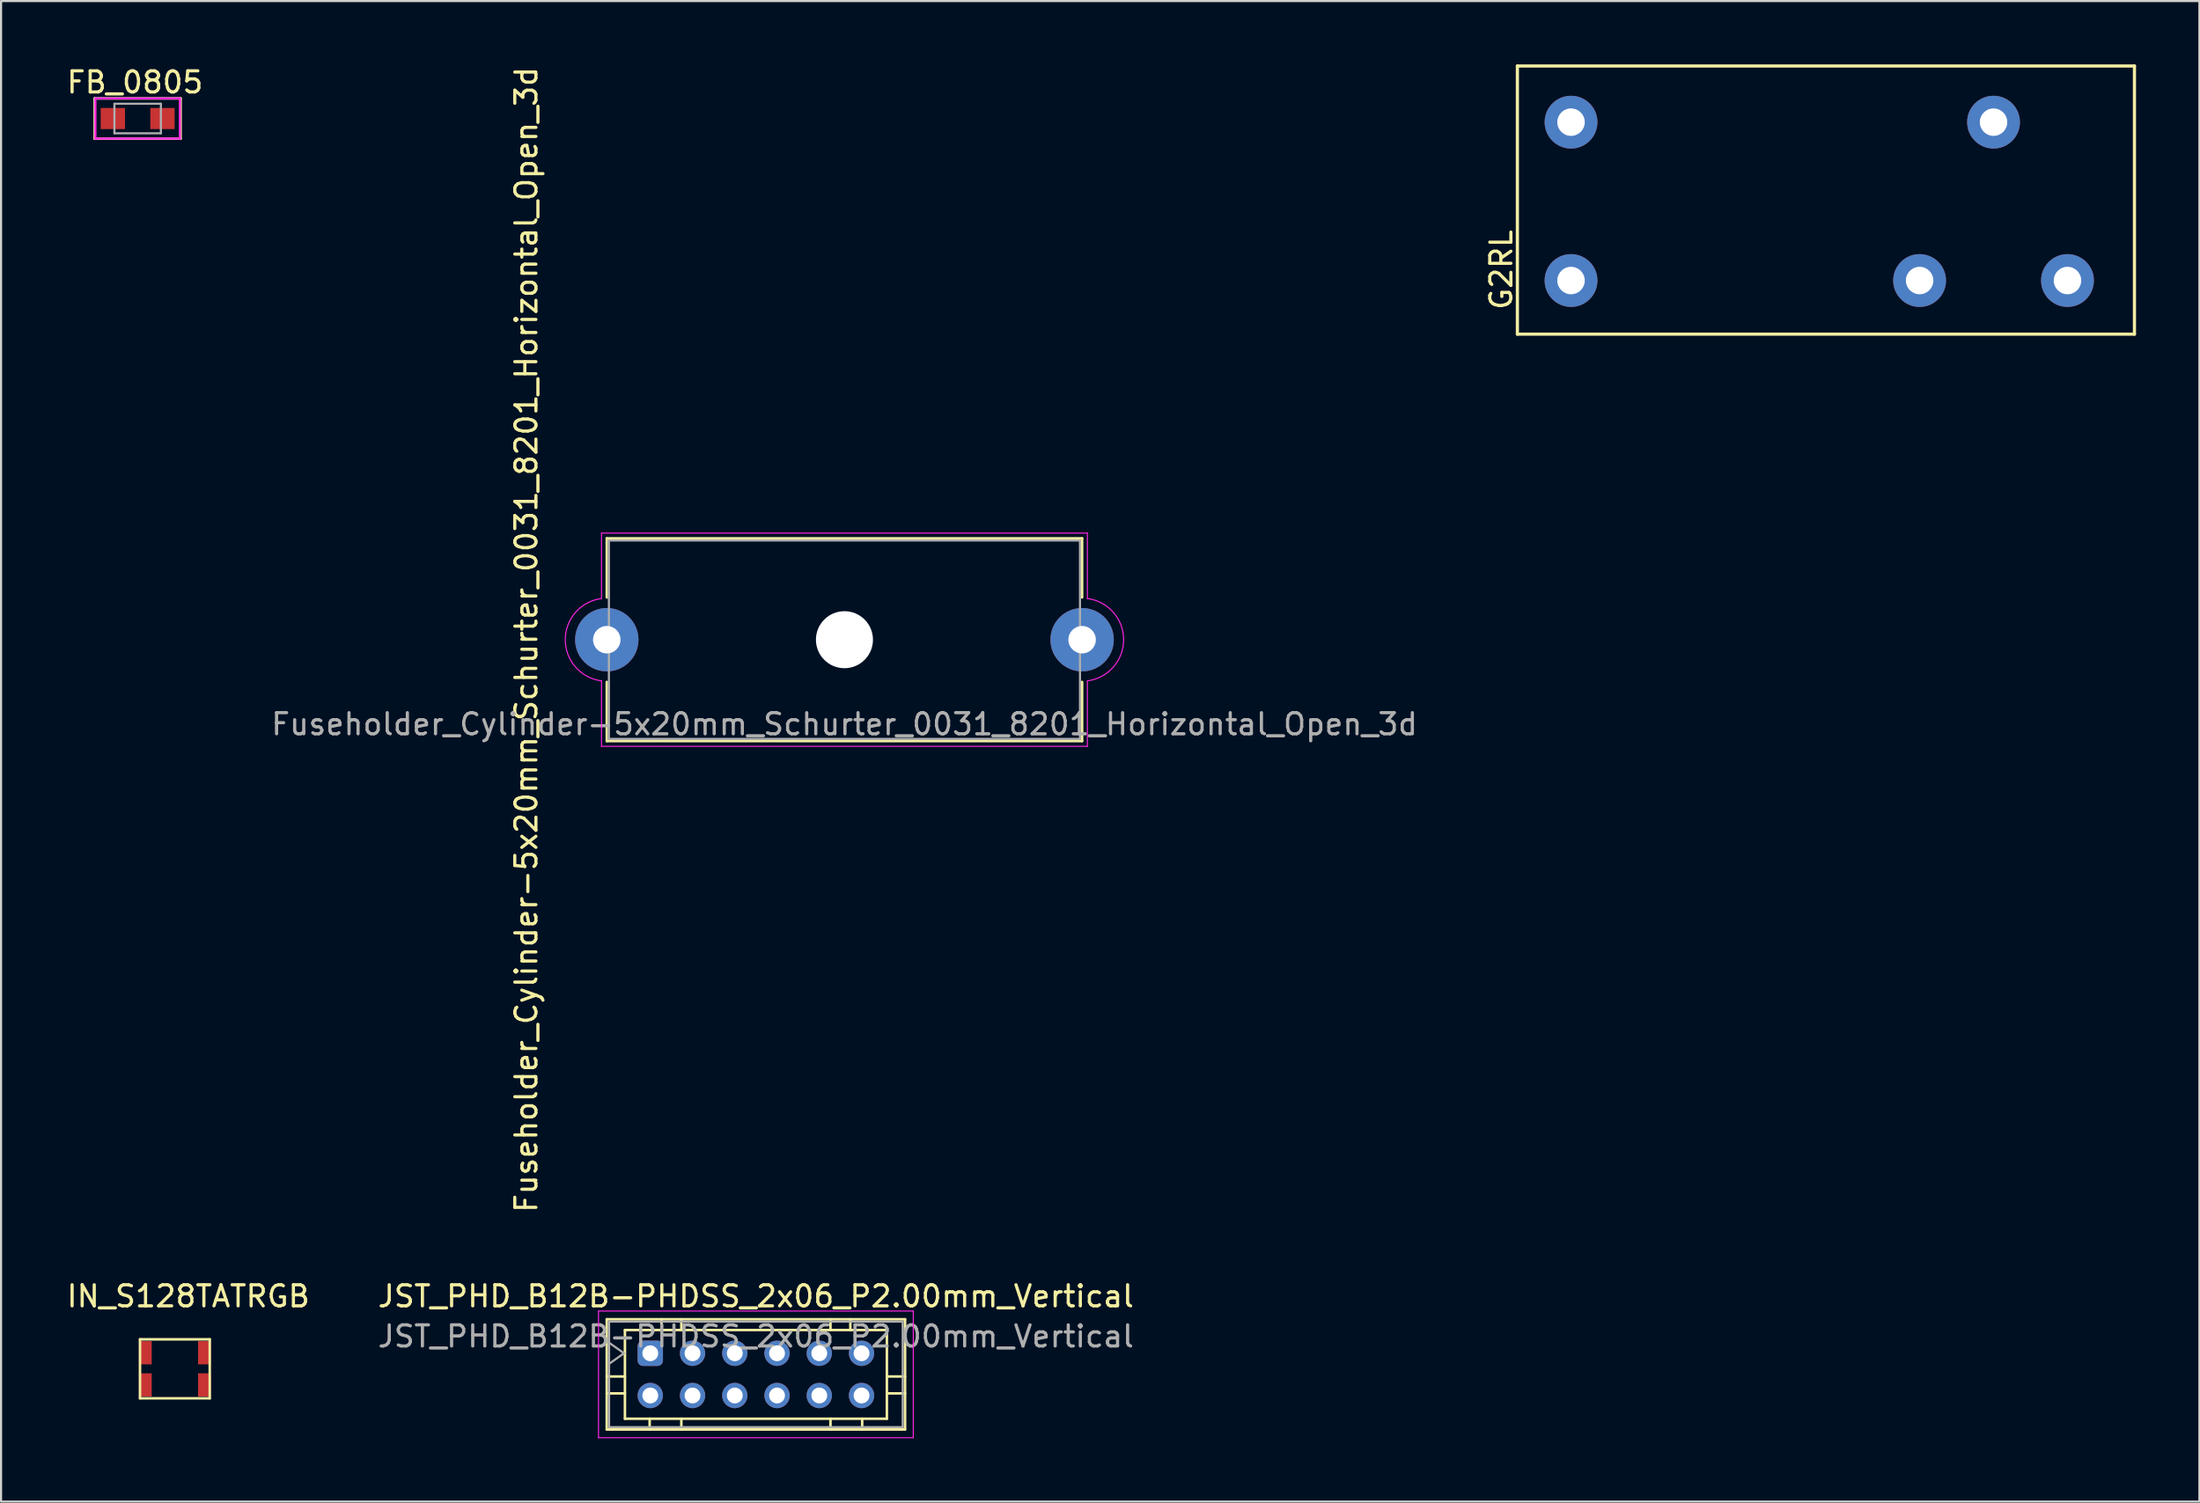
<source format=kicad_pcb>
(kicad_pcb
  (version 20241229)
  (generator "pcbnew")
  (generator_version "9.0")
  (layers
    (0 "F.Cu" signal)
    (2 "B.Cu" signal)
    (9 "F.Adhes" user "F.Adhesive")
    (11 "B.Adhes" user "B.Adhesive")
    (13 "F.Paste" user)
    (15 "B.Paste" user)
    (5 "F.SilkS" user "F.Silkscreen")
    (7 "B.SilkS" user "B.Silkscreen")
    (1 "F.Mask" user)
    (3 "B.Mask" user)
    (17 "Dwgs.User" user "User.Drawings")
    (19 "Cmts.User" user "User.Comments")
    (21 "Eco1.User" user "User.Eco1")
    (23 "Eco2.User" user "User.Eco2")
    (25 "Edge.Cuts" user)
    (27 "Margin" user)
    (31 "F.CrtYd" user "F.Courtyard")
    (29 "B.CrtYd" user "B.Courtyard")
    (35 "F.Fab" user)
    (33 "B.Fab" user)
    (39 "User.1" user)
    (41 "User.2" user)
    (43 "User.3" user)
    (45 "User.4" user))
  (footprint "G2RL"
    (layer "F.Cu")
    (at 84.017 6.425)
    (property "Reference" "G2RL" (at -16.002 3.302 90) (layer "F.SilkS") (effects (font (size 1 1) (thickness 0.15))))
    (attr through_hole)
    (fp_line (start -15.24 -6.35) (end 13.97 -6.35) (stroke (width 0.15) (type solid)) (layer "F.SilkS"))
    (fp_line (start -15.24 6.35) (end -15.24 -6.35) (stroke (width 0.15) (type solid)) (layer "F.SilkS"))
    (fp_line (start 13.97 -6.35) (end 13.97 6.35) (stroke (width 0.15) (type solid)) (layer "F.SilkS"))
    (fp_line (start 13.97 6.35) (end -15.24 6.35) (stroke (width 0.15) (type solid)) (layer "F.SilkS"))
    (pad "1" thru_hole circle (at 3.8 3.81) (size 2.5 2.5) (drill 1.3) (layers "*.Cu" "*.Mask"))
    (pad "2" thru_hole circle (at -12.7 -3.69) (size 2.5 2.5) (drill 1.3) (layers "*.Cu" "*.Mask"))
    (pad "5" thru_hole circle (at 7.3 -3.69) (size 2.5 2.5) (drill 1.3) (layers "*.Cu" "*.Mask"))
    (pad "9" thru_hole circle (at -12.7 3.81) (size 2.5 2.5) (drill 1.3) (layers "*.Cu" "*.Mask"))
    (pad "10" thru_hole circle (at 10.8 3.81) (size 2.5 2.5) (drill 1.3) (layers "*.Cu" "*.Mask")))
  (footprint "JST_PHD_B12B-PHDSS_2x06_P2.00mm_Vertical"
    (layer "F.Cu")
    (at 27.732 61.036)
    (property "Reference" "JST_PHD_B12B-PHDSS_2x06_P2.00mm_Vertical" (at 5 -2.7 0) (layer "F.SilkS") (effects (font (size 1 1) (thickness 0.15))))
    (attr through_hole)
    (fp_line (start -2.06 -1.61) (end -2.06 3.61) (stroke (width 0.12) (type solid)) (layer "F.SilkS"))
    (fp_line (start -2.06 1.1) (end -1.2 1.1) (stroke (width 0.12) (type solid)) (layer "F.SilkS"))
    (fp_line (start -2.06 1.9) (end -1.2 1.9) (stroke (width 0.12) (type solid)) (layer "F.SilkS"))
    (fp_line (start -2.06 3.61) (end 12.06 3.61) (stroke (width 0.12) (type solid)) (layer "F.SilkS"))
    (fp_line (start -1.2 -1.1) (end -1.2 3.1) (stroke (width 0.12) (type solid)) (layer "F.SilkS"))
    (fp_line (start -1.2 3.1) (end 11.2 3.1) (stroke (width 0.12) (type solid)) (layer "F.SilkS"))
    (fp_line (start -0.03 3.61) (end -0.03 3.1) (stroke (width 0.12) (type solid)) (layer "F.SilkS"))
    (fp_line (start 0.53 -1.61) (end 0.53 -1.1) (stroke (width 0.12) (type solid)) (layer "F.SilkS"))
    (fp_line (start 1.47 -1.61) (end 1.47 -1.1) (stroke (width 0.12) (type solid)) (layer "F.SilkS"))
    (fp_line (start 1.47 3.61) (end 1.47 3.1) (stroke (width 0.12) (type solid)) (layer "F.SilkS"))
    (fp_line (start 8.53 -1.61) (end 8.53 -1.1) (stroke (width 0.12) (type solid)) (layer "F.SilkS"))
    (fp_line (start 8.53 3.61) (end 8.53 3.1) (stroke (width 0.12) (type solid)) (layer "F.SilkS"))
    (fp_line (start 9.47 -1.61) (end 9.47 -1.1) (stroke (width 0.12) (type solid)) (layer "F.SilkS"))
    (fp_line (start 10.03 3.61) (end 10.03 3.1) (stroke (width 0.12) (type solid)) (layer "F.SilkS"))
    (fp_line (start 11.2 -1.1) (end -1.2 -1.1) (stroke (width 0.12) (type solid)) (layer "F.SilkS"))
    (fp_line (start 11.2 3.1) (end 11.2 -1.1) (stroke (width 0.12) (type solid)) (layer "F.SilkS"))
    (fp_line (start 12.06 -1.61) (end -2.06 -1.61) (stroke (width 0.12) (type solid)) (layer "F.SilkS"))
    (fp_line (start 12.06 1.1) (end 11.2 1.1) (stroke (width 0.12) (type solid)) (layer "F.SilkS"))
    (fp_line (start 12.06 1.9) (end 11.2 1.9) (stroke (width 0.12) (type solid)) (layer "F.SilkS"))
    (fp_line (start 12.06 3.61) (end 12.06 -1.61) (stroke (width 0.12) (type solid)) (layer "F.SilkS"))
    (fp_line (start -2.45 -2) (end -2.45 4) (stroke (width 0.05) (type solid)) (layer "F.CrtYd"))
    (fp_line (start -2.45 4) (end 12.45 4) (stroke (width 0.05) (type solid)) (layer "F.CrtYd"))
    (fp_line (start 12.45 -2) (end -2.45 -2) (stroke (width 0.05) (type solid)) (layer "F.CrtYd"))
    (fp_line (start 12.45 4) (end 12.45 -2) (stroke (width 0.05) (type solid)) (layer "F.CrtYd"))
    (fp_line (start -1.95 -1.5) (end -1.95 3.5) (stroke (width 0.1) (type solid)) (layer "F.Fab"))
    (fp_line (start -1.95 0.5) (end -1.243 0) (stroke (width 0.1) (type solid)) (layer "F.Fab"))
    (fp_line (start -1.95 3.5) (end 11.95 3.5) (stroke (width 0.1) (type solid)) (layer "F.Fab"))
    (fp_line (start -1.243 0) (end -1.95 -0.5) (stroke (width 0.1) (type solid)) (layer "F.Fab"))
    (fp_line (start 11.95 -1.5) (end -1.95 -1.5) (stroke (width 0.1) (type solid)) (layer "F.Fab"))
    (fp_line (start 11.95 3.5) (end 11.95 -1.5) (stroke (width 0.1) (type solid)) (layer "F.Fab"))
    (fp_text user "${REFERENCE}" (at 5 -0.8 0) (layer "F.Fab") (effects (font (size 1 1) (thickness 0.15))))
    (pad "1" thru_hole roundrect (at 0 0) (size 1.2 1.2) (drill 0.75) (layers "*.Cu" "*.Mask") (roundrect_rratio 0.208))
    (pad "2" thru_hole circle (at 0 2) (size 1.2 1.2) (drill 0.75) (layers "*.Cu" "*.Mask"))
    (pad "3" thru_hole circle (at 2 0) (size 1.2 1.2) (drill 0.75) (layers "*.Cu" "*.Mask"))
    (pad "4" thru_hole circle (at 2 2) (size 1.2 1.2) (drill 0.75) (layers "*.Cu" "*.Mask"))
    (pad "5" thru_hole circle (at 4 0) (size 1.2 1.2) (drill 0.75) (layers "*.Cu" "*.Mask"))
    (pad "6" thru_hole circle (at 4 2) (size 1.2 1.2) (drill 0.75) (layers "*.Cu" "*.Mask"))
    (pad "7" thru_hole circle (at 6 0) (size 1.2 1.2) (drill 0.75) (layers "*.Cu" "*.Mask"))
    (pad "8" thru_hole circle (at 6 2) (size 1.2 1.2) (drill 0.75) (layers "*.Cu" "*.Mask"))
    (pad "9" thru_hole circle (at 8 0) (size 1.2 1.2) (drill 0.75) (layers "*.Cu" "*.Mask"))
    (pad "10" thru_hole circle (at 8 2) (size 1.2 1.2) (drill 0.75) (layers "*.Cu" "*.Mask"))
    (pad "11" thru_hole circle (at 10 0) (size 1.2 1.2) (drill 0.75) (layers "*.Cu" "*.Mask"))
    (pad "12" thru_hole circle (at 10 2) (size 1.2 1.2) (drill 0.75) (layers "*.Cu" "*.Mask")))
  (footprint "Fuseholder_Cylinder-5x20mm_Schurter_0031_8201_Horizontal_Open_3d"
    (layer "F.Cu")
    (at 25.673 27.244)
    (property "Reference" "Fuseholder_Cylinder-5x20mm_Schurter_0031_8201_Horizontal_Open_3d" (at -3.81 0 90) (layer "F.SilkS") (effects (font (size 1 1) (thickness 0.15))))
    (attr through_hole)
    (fp_line (start 0 -4.8) (end 22.5 -4.8) (stroke (width 0.12) (type solid)) (layer "F.SilkS"))
    (fp_line (start 0 -2) (end 0 -4.8) (stroke (width 0.12) (type solid)) (layer "F.SilkS"))
    (fp_line (start 0 4.8) (end 0 2) (stroke (width 0.12) (type solid)) (layer "F.SilkS"))
    (fp_line (start 0 4.8) (end 22.5 4.8) (stroke (width 0.12) (type solid)) (layer "F.SilkS"))
    (fp_line (start 22.5 -2) (end 22.5 -4.8) (stroke (width 0.12) (type solid)) (layer "F.SilkS"))
    (fp_line (start 22.5 4.8) (end 22.5 2) (stroke (width 0.12) (type solid)) (layer "F.SilkS"))
    (fp_line (start -0.25 -5.05) (end 22.75 -5.05) (stroke (width 0.05) (type solid)) (layer "F.CrtYd"))
    (fp_line (start -0.25 -1.95) (end -0.25 -5.05) (stroke (width 0.05) (type solid)) (layer "F.CrtYd"))
    (fp_line (start -0.25 5.05) (end -0.25 1.95) (stroke (width 0.05) (type solid)) (layer "F.CrtYd"))
    (fp_line (start 22.75 -1.95) (end 22.75 -5.05) (stroke (width 0.05) (type solid)) (layer "F.CrtYd"))
    (fp_line (start 22.75 1.95) (end 22.75 5.05) (stroke (width 0.05) (type solid)) (layer "F.CrtYd"))
    (fp_line (start 22.75 5.05) (end -0.25 5.05) (stroke (width 0.05) (type solid)) (layer "F.CrtYd"))
    (fp_arc (start -0.25 1.95) (mid -1.96596 0.001518) (end -0.253011 -1.949612) (stroke (width 0.05) (type solid)) (layer "F.CrtYd"))
    (fp_arc (start 22.75 -1.95) (mid 24.46596 -0.001518) (end 22.753011 1.949612) (stroke (width 0.05) (type solid)) (layer "F.CrtYd"))
    (fp_line (start 0.1 -4.7) (end 0.1 4.7) (stroke (width 0.1) (type solid)) (layer "F.Fab"))
    (fp_line (start 0.1 4.7) (end 22.4 4.7) (stroke (width 0.1) (type solid)) (layer "F.Fab"))
    (fp_line (start 22.4 -4.7) (end 0.1 -4.7) (stroke (width 0.1) (type solid)) (layer "F.Fab"))
    (fp_line (start 22.4 4.7) (end 22.4 -4.7) (stroke (width 0.1) (type solid)) (layer "F.Fab"))
    (fp_text user "${REFERENCE}" (at 11.25 4 0) (layer "F.Fab") (effects (font (size 1 1) (thickness 0.15))))
    (pad "" np_thru_hole circle (at 11.25 0) (size 2.7 2.7) (drill 2.7) (layers "*.Cu" "*.Mask"))
    (pad "1" thru_hole circle (at 0 0) (size 3 3) (drill 1.3) (layers "*.Cu" "*.Mask"))
    (pad "2" thru_hole circle (at 22.5 0) (size 3 3) (drill 1.3) (layers "*.Cu" "*.Mask")))
  (footprint "IN_S128TATRGB"
    (layer "F.Cu")
    (at 5.863 57.836)
    (property "Reference" "IN_S128TATRGB" (at 0 0.5 0) (layer "F.SilkS") (effects (font (size 1 1) (thickness 0.15))))
    (attr through_hole)
    (fp_line (start -2.286 2.54) (end 1.016 2.54) (stroke (width 0.12) (type solid)) (layer "F.SilkS"))
    (fp_line (start -2.286 5.334) (end -2.286 2.54) (stroke (width 0.12) (type solid)) (layer "F.SilkS"))
    (fp_line (start 1.016 2.54) (end 1.016 5.334) (stroke (width 0.12) (type solid)) (layer "F.SilkS"))
    (fp_line (start 1.016 5.334) (end -2.286 5.334) (stroke (width 0.12) (type solid)) (layer "F.SilkS"))
    (pad "1" smd rect (at -2.032 3.175) (size 0.6 1.1) (layers "F.Cu" "F.Mask" "F.Paste"))
    (pad "2" smd rect (at 0.762 3.175) (size 0.6 1.1) (layers "F.Cu" "F.Mask" "F.Paste"))
    (pad "3" smd rect (at -2.032 4.699) (size 0.6 1.1) (layers "F.Cu" "F.Mask" "F.Paste"))
    (pad "4" smd rect (at 0.762 4.699) (size 0.6 1.1) (layers "F.Cu" "F.Mask" "F.Paste")))
  (footprint "FB_0805"
    (layer "F.Cu")
    (at 3.466 2.563)
    (property "Reference" "FB_0805" (at -0.127 -1.714 0) (layer "F.SilkS") (effects (font (size 1 1) (thickness 0.15))))
    (attr through_hole)
    (fp_line (start -2.032 -0.953) (end -2.032 0.953) (stroke (width 0.12) (type solid)) (layer "F.SilkS"))
    (fp_line (start -2.032 0.953) (end 2.032 0.953) (stroke (width 0.12) (type solid)) (layer "F.SilkS"))
    (fp_line (start 2.032 -0.953) (end -2.032 -0.953) (stroke (width 0.12) (type solid)) (layer "F.SilkS"))
    (fp_line (start 2.032 0.953) (end 2.032 -0.953) (stroke (width 0.12) (type solid)) (layer "F.SilkS"))
    (fp_line (start -2 -0.95) (end 2 -0.95) (stroke (width 0.1) (type solid)) (layer "F.CrtYd"))
    (fp_line (start -2 0.95) (end -2 -0.95) (stroke (width 0.1) (type solid)) (layer "F.CrtYd"))
    (fp_line (start 2 -0.95) (end 2 0.95) (stroke (width 0.1) (type solid)) (layer "F.CrtYd"))
    (fp_line (start 2 0.95) (end -2 0.95) (stroke (width 0.1) (type solid)) (layer "F.CrtYd"))
    (fp_line (start -1.1 -0.7) (end 1.1 -0.7) (stroke (width 0.1) (type solid)) (layer "F.Fab"))
    (fp_line (start -1.1 0.7) (end -1.1 -0.7) (stroke (width 0.1) (type solid)) (layer "F.Fab"))
    (fp_line (start -1.1 0.7) (end 1.1 0.7) (stroke (width 0.1) (type solid)) (layer "F.Fab"))
    (fp_line (start 1.1 0.7) (end 1.1 -0.7) (stroke (width 0.1) (type solid)) (layer "F.Fab"))
    (pad "1" smd rect (at -1.175 0) (size 1.15 1) (layers "F.Cu" "F.Mask" "F.Paste"))
    (pad "2" smd rect (at 1.175 0) (size 1.15 1) (layers "F.Cu" "F.Mask" "F.Paste")))
  (gr_rect
    (start -3 -3)
    (end 101.062 68.061)
    (stroke (width 0.1) (type default))
    (fill no)
    (layer "Edge.Cuts")))
</source>
